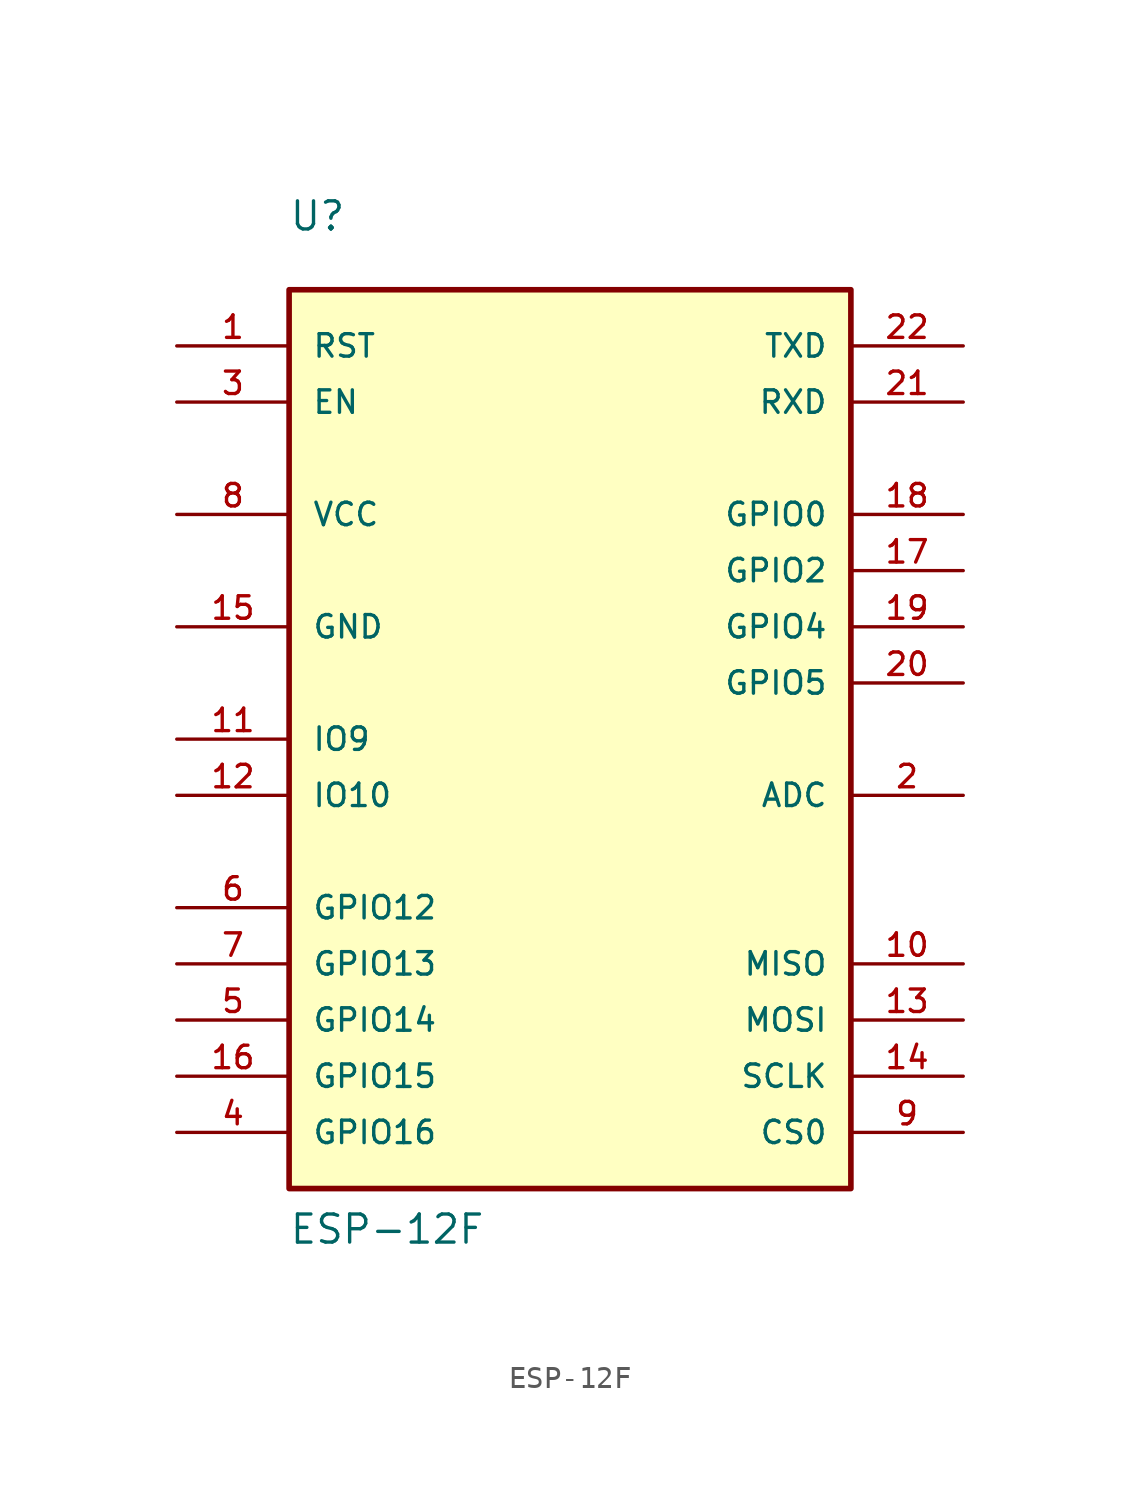
<source format=kicad_sym>
(kicad_symbol_lib
  (version 20241209)
  (generator "kicad_symbol_editor")
  (generator_version "9.0")
  (symbol "ESP-12F"
    (pin_names
      (offset 1.016))
    (property "Reference" "U"
      (at -12.725 22.906 0)
      (effects (font (size 1.27 1.27)) (justify left bottom)))
    (property "Value" "ESP-12F"
      (at -12.724 -22.903 0)
      (effects (font (size 1.27 1.27)) (justify left bottom)))
    (symbol "ESP-12F_0_0"
      (rectangle (start -12.7 -20.32) (end 12.7 20.32) (stroke (width 0.254) (type default)) (fill (type background)))
      (pin bidirectional line (at -17.78 17.78 0) (length 5.08) (name "RST" (effects (font (size 1.016 1.016)))) (number "1" (effects (font (size 1.016 1.016)))))
      (pin bidirectional line (at -17.78 15.24 0) (length 5.08) (name "EN" (effects (font (size 1.016 1.016)))) (number "3" (effects (font (size 1.016 1.016)))))
      (pin bidirectional line (at -17.78 0 0) (length 5.08) (name "IO9" (effects (font (size 1.016 1.016)))) (number "11" (effects (font (size 1.016 1.016)))))
      (pin bidirectional line (at -17.78 -2.54 0) (length 5.08) (name "IO10" (effects (font (size 1.016 1.016)))) (number "12" (effects (font (size 1.016 1.016)))))
      (pin bidirectional line (at -17.78 -7.62 0) (length 5.08) (name "GPIO12" (effects (font (size 1.016 1.016)))) (number "6" (effects (font (size 1.016 1.016)))))
      (pin bidirectional line (at -17.78 -10.16 0) (length 5.08) (name "GPIO13" (effects (font (size 1.016 1.016)))) (number "7" (effects (font (size 1.016 1.016)))))
      (pin bidirectional line (at -17.78 -12.7 0) (length 5.08) (name "GPIO14" (effects (font (size 1.016 1.016)))) (number "5" (effects (font (size 1.016 1.016)))))
      (pin bidirectional line (at -17.78 -15.24 0) (length 5.08) (name "GPIO15" (effects (font (size 1.016 1.016)))) (number "16" (effects (font (size 1.016 1.016)))))
      (pin bidirectional line (at -17.78 -17.78 0) (length 5.08) (name "GPIO16" (effects (font (size 1.016 1.016)))) (number "4" (effects (font (size 1.016 1.016)))))
      (pin bidirectional line (at 17.78 17.78 180) (length 5.08) (name "TXD" (effects (font (size 1.016 1.016)))) (number "22" (effects (font (size 1.016 1.016)))))
      (pin bidirectional line (at 17.78 15.24 180) (length 5.08) (name "RXD" (effects (font (size 1.016 1.016)))) (number "21" (effects (font (size 1.016 1.016)))))
      (pin bidirectional line (at 17.78 10.16 180) (length 5.08) (name "GPIO0" (effects (font (size 1.016 1.016)))) (number "18" (effects (font (size 1.016 1.016)))))
      (pin bidirectional line (at 17.78 7.62 180) (length 5.08) (name "GPIO2" (effects (font (size 1.016 1.016)))) (number "17" (effects (font (size 1.016 1.016)))))
      (pin bidirectional line (at 17.78 5.08 180) (length 5.08) (name "GPIO4" (effects (font (size 1.016 1.016)))) (number "19" (effects (font (size 1.016 1.016)))))
      (pin bidirectional line (at 17.78 2.54 180) (length 5.08) (name "GPIO5" (effects (font (size 1.016 1.016)))) (number "20" (effects (font (size 1.016 1.016)))))
      (pin bidirectional line (at 17.78 -2.54 180) (length 5.08) (name "ADC" (effects (font (size 1.016 1.016)))) (number "2" (effects (font (size 1.016 1.016)))))
      (pin bidirectional line (at 17.78 -10.16 180) (length 5.08) (name "MISO" (effects (font (size 1.016 1.016)))) (number "10" (effects (font (size 1.016 1.016)))))
      (pin bidirectional line (at 17.78 -12.7 180) (length 5.08) (name "MOSI" (effects (font (size 1.016 1.016)))) (number "13" (effects (font (size 1.016 1.016)))))
      (pin bidirectional line (at 17.78 -15.24 180) (length 5.08) (name "SCLK" (effects (font (size 1.016 1.016)))) (number "14" (effects (font (size 1.016 1.016)))))
      (pin bidirectional line (at 17.78 -17.78 180) (length 5.08) (name "CS0" (effects (font (size 1.016 1.016)))) (number "9" (effects (font (size 1.016 1.016))))))
    (symbol "ESP-12F_1_0"
      (pin power_in line (at -17.78 10.16 0) (length 5.08) (name "VCC" (effects (font (size 1.016 1.016)))) (number "8" (effects (font (size 1.016 1.016)))))
      (pin power_in line (at -17.78 5.08 0) (length 5.08) (name "GND" (effects (font (size 1.016 1.016)))) (number "15" (effects (font (size 1.016 1.016))))))))
</source>
